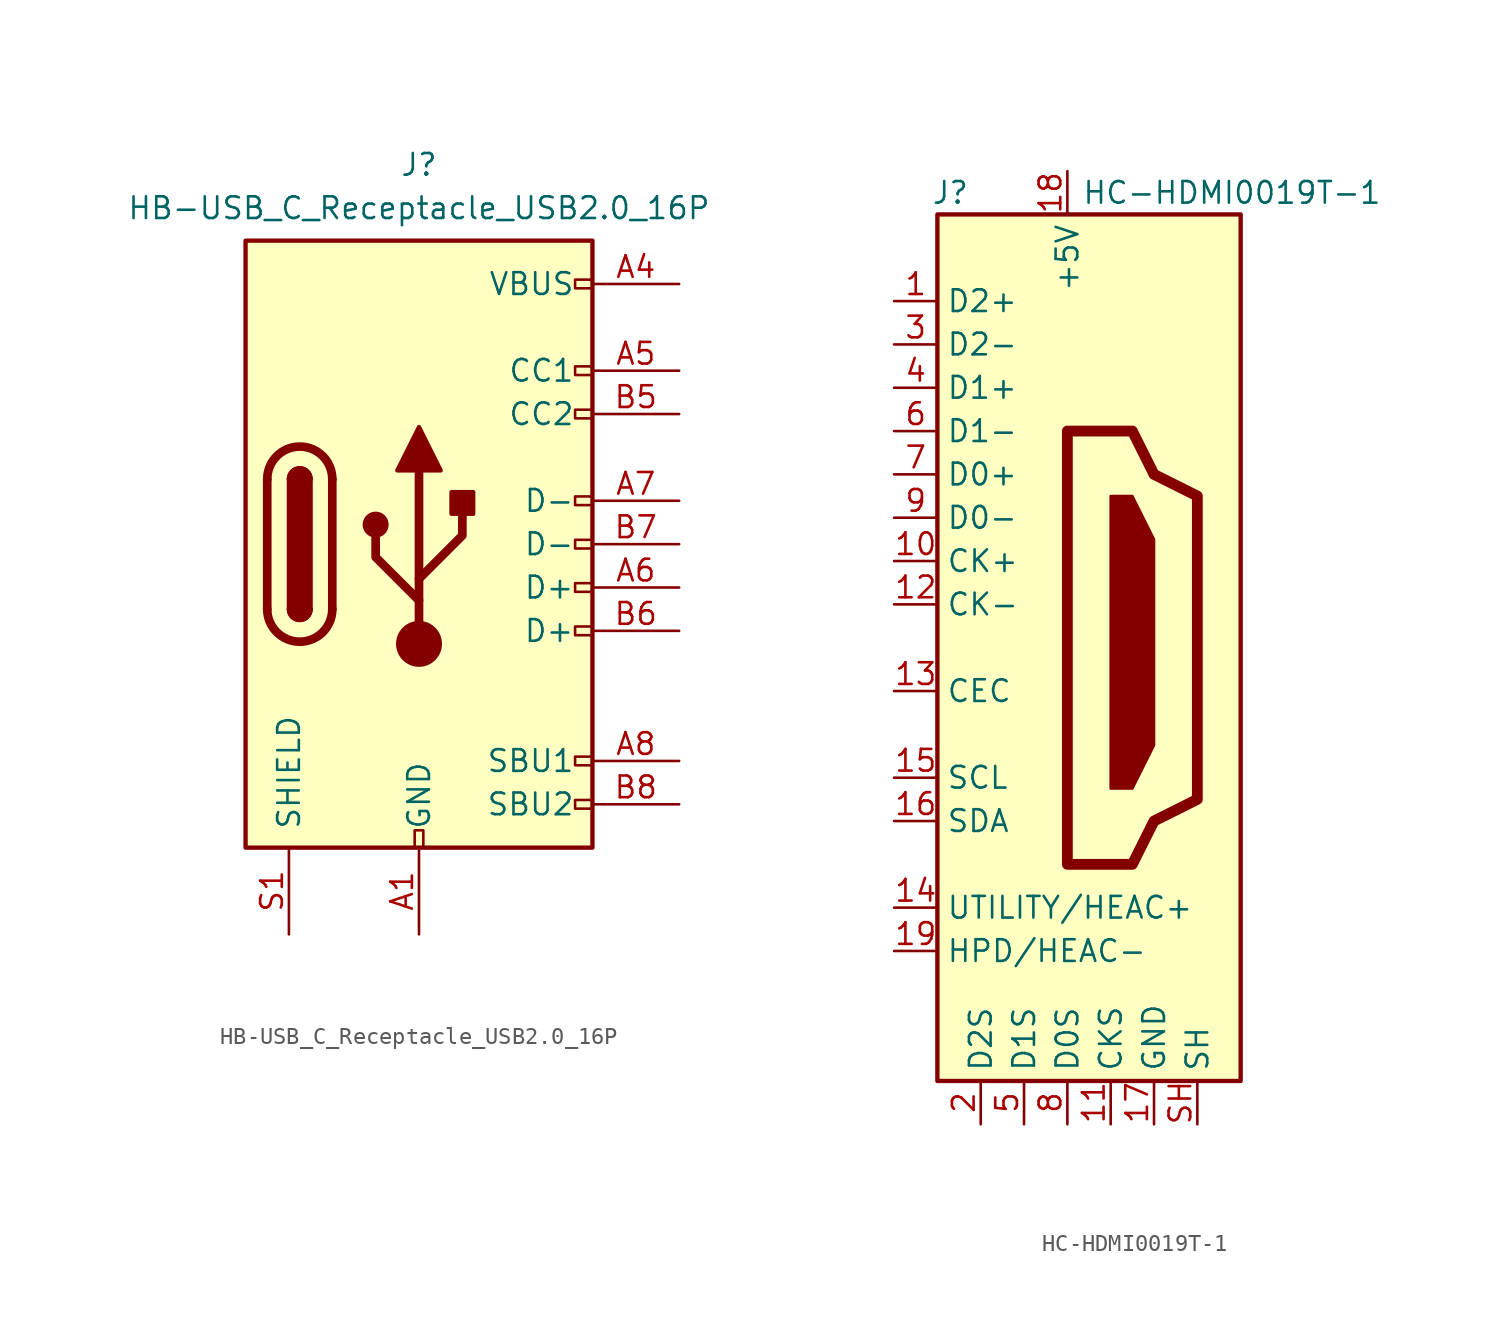
<source format=kicad_sym>
(kicad_symbol_lib
  (version 20231120)
  (generator "kicad_symbol_editor")
  (generator_version "8.0")
  (symbol "HB-USB_C_Receptacle_USB2.0_16P"
    (pin_names
      (offset 1.016))
    (property "Reference" "J"
      (at 0 22.225 0)
      (effects (font (size 1.27 1.27))))
    (property "Value" "HB-USB_C_Receptacle_USB2.0_16P"
      (at 0 19.685 0)
      (effects (font (size 1.27 1.27))))
    (symbol "HB-USB_C_Receptacle_USB2.0_16P_0_0"
      (rectangle (start -0.254 -17.78) (end 0.254 -16.764) (stroke (width 0) (type default)) (fill (type none)))
      (rectangle (start 10.16 -14.986) (end 9.144 -15.494) (stroke (width 0) (type default)) (fill (type none)))
      (rectangle (start 10.16 -12.446) (end 9.144 -12.954) (stroke (width 0) (type default)) (fill (type none)))
      (rectangle (start 10.16 -4.826) (end 9.144 -5.334) (stroke (width 0) (type default)) (fill (type none)))
      (rectangle (start 10.16 -2.286) (end 9.144 -2.794) (stroke (width 0) (type default)) (fill (type none)))
      (rectangle (start 10.16 0.254) (end 9.144 -0.254) (stroke (width 0) (type default)) (fill (type none)))
      (rectangle (start 10.16 2.794) (end 9.144 2.286) (stroke (width 0) (type default)) (fill (type none)))
      (rectangle (start 10.16 7.874) (end 9.144 7.366) (stroke (width 0) (type default)) (fill (type none)))
      (rectangle (start 10.16 10.414) (end 9.144 9.906) (stroke (width 0) (type default)) (fill (type none)))
      (rectangle (start 10.16 15.494) (end 9.144 14.986) (stroke (width 0) (type default)) (fill (type none))))
    (symbol "HB-USB_C_Receptacle_USB2.0_16P_0_1"
      (rectangle (start -10.16 17.78) (end 10.16 -17.78) (stroke (width 0.254) (type default)) (fill (type background)))
      (arc (start -8.89 -3.81) (mid -6.985 -5.7067) (end -5.08 -3.81) (stroke (width 0.508) (type default)) (fill (type none)))
      (arc (start -7.62 -3.81) (mid -6.985 -4.4423) (end -6.35 -3.81) (stroke (width 0.254) (type default)) (fill (type none)))
      (arc (start -7.62 -3.81) (mid -6.985 -4.4423) (end -6.35 -3.81) (stroke (width 0.254) (type default)) (fill (type outline)))
      (rectangle (start -7.62 -3.81) (end -6.35 3.81) (stroke (width 0.254) (type default)) (fill (type outline)))
      (arc (start -6.35 3.81) (mid -6.985 4.4423) (end -7.62 3.81) (stroke (width 0.254) (type default)) (fill (type none)))
      (arc (start -6.35 3.81) (mid -6.985 4.4423) (end -7.62 3.81) (stroke (width 0.254) (type default)) (fill (type outline)))
      (arc (start -5.08 3.81) (mid -6.985 5.7067) (end -8.89 3.81) (stroke (width 0.508) (type default)) (fill (type none)))
      (circle (center -2.54 1.143) (radius 0.635) (stroke (width 0.254) (type default)) (fill (type outline)))
      (circle (center 0 -5.842) (radius 1.27) (stroke (width 0) (type default)) (fill (type outline)))
      (polyline (pts (xy -8.89 -3.81) (xy -8.89 3.81)) (stroke (width 0.508) (type default)) (fill (type none)))
      (polyline (pts (xy -5.08 3.81) (xy -5.08 -3.81)) (stroke (width 0.508) (type default)) (fill (type none)))
      (polyline (pts (xy 0 -5.842) (xy 0 4.318)) (stroke (width 0.508) (type default)) (fill (type none)))
      (polyline (pts (xy 0 -3.302) (xy -2.54 -0.762) (xy -2.54 0.508)) (stroke (width 0.508) (type default)) (fill (type none)))
      (polyline (pts (xy 0 -2.032) (xy 2.54 0.508) (xy 2.54 1.778)) (stroke (width 0.508) (type default)) (fill (type none)))
      (polyline (pts (xy -1.27 4.318) (xy 0 6.858) (xy 1.27 4.318) (xy -1.27 4.318)) (stroke (width 0.254) (type default)) (fill (type outline)))
      (rectangle (start 1.905 1.778) (end 3.175 3.048) (stroke (width 0.254) (type default)) (fill (type outline))))
    (symbol "HB-USB_C_Receptacle_USB2.0_16P_1_1"
      (pin passive line (at 0 -22.86 90) (length 5.08) (name "GND" (effects (font (size 1.27 1.27)))) (number "A1" (effects (font (size 1.27 1.27)))))
      (pin passive line (at 0 -22.86 90) (length 5.08) hide (name "GND" (effects (font (size 1.27 1.27)))) (number "A12" (effects (font (size 1.27 1.27)))))
      (pin passive line (at 15.24 15.24 180) (length 5.08) (name "VBUS" (effects (font (size 1.27 1.27)))) (number "A4" (effects (font (size 1.27 1.27)))))
      (pin bidirectional line (at 15.24 10.16 180) (length 5.08) (name "CC1" (effects (font (size 1.27 1.27)))) (number "A5" (effects (font (size 1.27 1.27)))))
      (pin bidirectional line (at 15.24 -2.54 180) (length 5.08) (name "D+" (effects (font (size 1.27 1.27)))) (number "A6" (effects (font (size 1.27 1.27)))))
      (pin bidirectional line (at 15.24 2.54 180) (length 5.08) (name "D-" (effects (font (size 1.27 1.27)))) (number "A7" (effects (font (size 1.27 1.27)))))
      (pin bidirectional line (at 15.24 -12.7 180) (length 5.08) (name "SBU1" (effects (font (size 1.27 1.27)))) (number "A8" (effects (font (size 1.27 1.27)))))
      (pin passive line (at 15.24 15.24 180) (length 5.08) hide (name "VBUS" (effects (font (size 1.27 1.27)))) (number "A9" (effects (font (size 1.27 1.27)))))
      (pin passive line (at 0 -22.86 90) (length 5.08) hide (name "GND" (effects (font (size 1.27 1.27)))) (number "B1" (effects (font (size 1.27 1.27)))))
      (pin passive line (at 0 -22.86 90) (length 5.08) hide (name "GND" (effects (font (size 1.27 1.27)))) (number "B12" (effects (font (size 1.27 1.27)))))
      (pin passive line (at 15.24 15.24 180) (length 5.08) hide (name "VBUS" (effects (font (size 1.27 1.27)))) (number "B4" (effects (font (size 1.27 1.27)))))
      (pin bidirectional line (at 15.24 7.62 180) (length 5.08) (name "CC2" (effects (font (size 1.27 1.27)))) (number "B5" (effects (font (size 1.27 1.27)))))
      (pin bidirectional line (at 15.24 -5.08 180) (length 5.08) (name "D+" (effects (font (size 1.27 1.27)))) (number "B6" (effects (font (size 1.27 1.27)))))
      (pin bidirectional line (at 15.24 0 180) (length 5.08) (name "D-" (effects (font (size 1.27 1.27)))) (number "B7" (effects (font (size 1.27 1.27)))))
      (pin bidirectional line (at 15.24 -15.24 180) (length 5.08) (name "SBU2" (effects (font (size 1.27 1.27)))) (number "B8" (effects (font (size 1.27 1.27)))))
      (pin passive line (at 15.24 15.24 180) (length 5.08) hide (name "VBUS" (effects (font (size 1.27 1.27)))) (number "B9" (effects (font (size 1.27 1.27)))))
      (pin passive line (at -7.62 -22.86 90) (length 5.08) (name "SHIELD" (effects (font (size 1.27 1.27)))) (number "S1" (effects (font (size 1.27 1.27)))))))
  (symbol "HC-HDMI0019T-1"
    (property "Reference" "J"
      (at 3.302 44.45 0)
      (effects (font (size 1.27 1.27))))
    (property "Value" "HC-HDMI0019T-1"
      (at 19.812 44.45 0)
      (effects (font (size 1.27 1.27))))
    (symbol "HC-HDMI0019T-1_0_1"
      (polyline (pts (xy 12.7 26.67) (xy 13.97 26.67) (xy 15.24 24.13) (xy 15.24 12.065) (xy 13.97 9.525) (xy 12.7 9.525) (xy 12.7 26.67)) (stroke (width 0) (type default)) (fill (type outline)))
      (polyline (pts (xy 10.16 30.48) (xy 10.16 5.08) (xy 13.97 5.08) (xy 15.24 7.62) (xy 17.78 8.89) (xy 17.78 26.67) (xy 15.24 27.94) (xy 13.97 30.48) (xy 10.16 30.48)) (stroke (width 0.635) (type default)) (fill (type none)))
      (rectangle (start 2.54 43.18) (end 20.32 -7.62) (stroke (width 0.254) (type default)) (fill (type background))))
    (symbol "HC-HDMI0019T-1_1_1"
      (pin passive line (at 0 38.1 0) (length 2.54) (name "D2+" (effects (font (size 1.27 1.27)))) (number "1" (effects (font (size 1.27 1.27)))))
      (pin passive line (at 0 22.86 0) (length 2.54) (name "CK+" (effects (font (size 1.27 1.27)))) (number "10" (effects (font (size 1.27 1.27)))))
      (pin power_in line (at 12.7 -10.16 90) (length 2.54) (name "CKS" (effects (font (size 1.27 1.27)))) (number "11" (effects (font (size 1.27 1.27)))))
      (pin passive line (at 0 20.32 0) (length 2.54) (name "CK-" (effects (font (size 1.27 1.27)))) (number "12" (effects (font (size 1.27 1.27)))))
      (pin bidirectional line (at 0 15.24 0) (length 2.54) (name "CEC" (effects (font (size 1.27 1.27)))) (number "13" (effects (font (size 1.27 1.27)))))
      (pin passive line (at 0 2.54 0) (length 2.54) (name "UTILITY/HEAC+" (effects (font (size 1.27 1.27)))) (number "14" (effects (font (size 1.27 1.27)))))
      (pin passive line (at 0 10.16 0) (length 2.54) (name "SCL" (effects (font (size 1.27 1.27)))) (number "15" (effects (font (size 1.27 1.27)))))
      (pin bidirectional line (at 0 7.62 0) (length 2.54) (name "SDA" (effects (font (size 1.27 1.27)))) (number "16" (effects (font (size 1.27 1.27)))))
      (pin power_in line (at 15.24 -10.16 90) (length 2.54) (name "GND" (effects (font (size 1.27 1.27)))) (number "17" (effects (font (size 1.27 1.27)))))
      (pin power_in line (at 10.16 45.72 270) (length 2.54) (name "+5V" (effects (font (size 1.27 1.27)))) (number "18" (effects (font (size 1.27 1.27)))))
      (pin passive line (at 0 0 0) (length 2.54) (name "HPD/HEAC-" (effects (font (size 1.27 1.27)))) (number "19" (effects (font (size 1.27 1.27)))))
      (pin power_in line (at 5.08 -10.16 90) (length 2.54) (name "D2S" (effects (font (size 1.27 1.27)))) (number "2" (effects (font (size 1.27 1.27)))))
      (pin passive line (at 0 35.56 0) (length 2.54) (name "D2-" (effects (font (size 1.27 1.27)))) (number "3" (effects (font (size 1.27 1.27)))))
      (pin passive line (at 0 33.02 0) (length 2.54) (name "D1+" (effects (font (size 1.27 1.27)))) (number "4" (effects (font (size 1.27 1.27)))))
      (pin power_in line (at 7.62 -10.16 90) (length 2.54) (name "D1S" (effects (font (size 1.27 1.27)))) (number "5" (effects (font (size 1.27 1.27)))))
      (pin passive line (at 0 30.48 0) (length 2.54) (name "D1-" (effects (font (size 1.27 1.27)))) (number "6" (effects (font (size 1.27 1.27)))))
      (pin passive line (at 0 27.94 0) (length 2.54) (name "D0+" (effects (font (size 1.27 1.27)))) (number "7" (effects (font (size 1.27 1.27)))))
      (pin power_in line (at 10.16 -10.16 90) (length 2.54) (name "D0S" (effects (font (size 1.27 1.27)))) (number "8" (effects (font (size 1.27 1.27)))))
      (pin passive line (at 0 25.4 0) (length 2.54) (name "D0-" (effects (font (size 1.27 1.27)))) (number "9" (effects (font (size 1.27 1.27)))))
      (pin passive line (at 17.78 -10.16 90) (length 2.54) (name "SH" (effects (font (size 1.27 1.27)))) (number "SH" (effects (font (size 1.27 1.27))))))))
</source>
